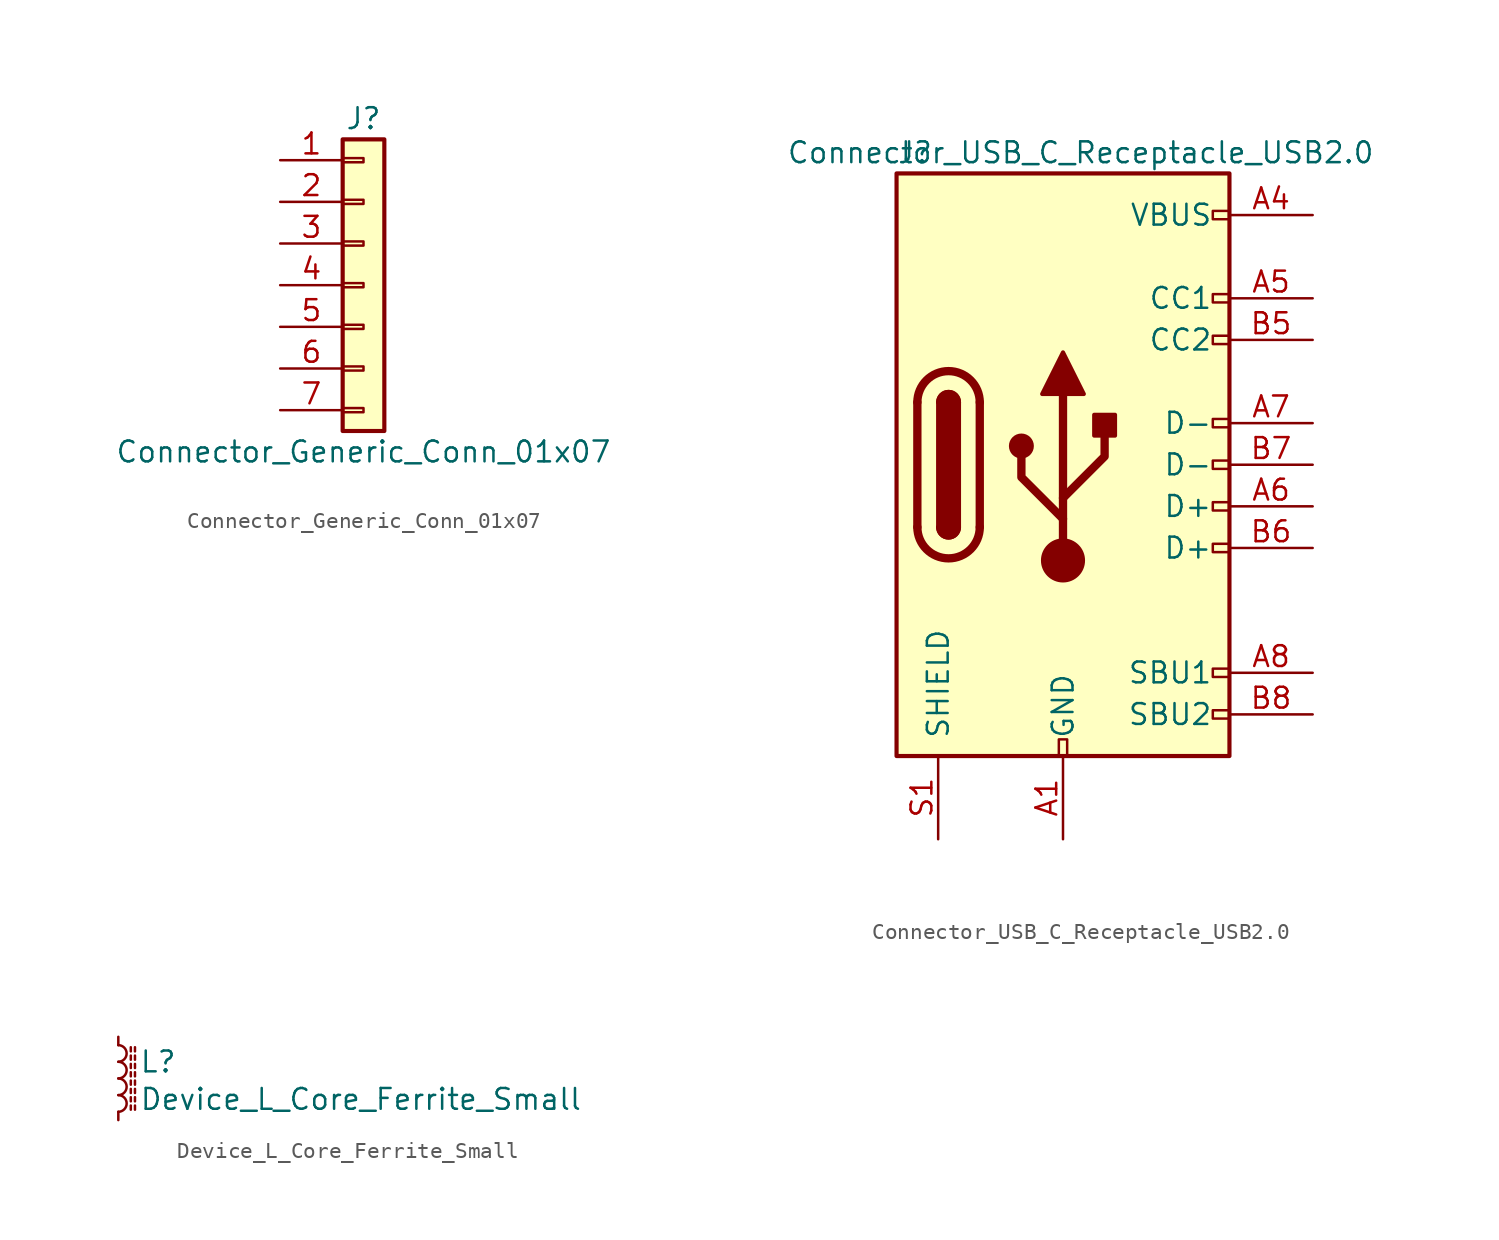
<source format=kicad_sym>
(kicad_symbol_lib
  (version 20211014)
  (generator kicad_symbol_editor)
  (symbol "Connector_Generic_Conn_01x07"
    (pin_names
      (offset 1.016) hide)
    (property "Reference" "J"
      (at 0 10.16 0)
      (effects (font (size 1.27 1.27))))
    (property "Value" "Connector_Generic_Conn_01x07"
      (at 0 -10.16 0)
      (effects (font (size 1.27 1.27))))
    (symbol "Connector_Generic_Conn_01x07_1_1"
      (rectangle (start -1.27 -7.493) (end 0 -7.747) (stroke (width 0.152) (type default) (color 0 0 0 0)) (fill (type none)))
      (rectangle (start -1.27 -4.953) (end 0 -5.207) (stroke (width 0.152) (type default) (color 0 0 0 0)) (fill (type none)))
      (rectangle (start -1.27 -2.413) (end 0 -2.667) (stroke (width 0.152) (type default) (color 0 0 0 0)) (fill (type none)))
      (rectangle (start -1.27 0.127) (end 0 -0.127) (stroke (width 0.152) (type default) (color 0 0 0 0)) (fill (type none)))
      (rectangle (start -1.27 2.667) (end 0 2.413) (stroke (width 0.152) (type default) (color 0 0 0 0)) (fill (type none)))
      (rectangle (start -1.27 5.207) (end 0 4.953) (stroke (width 0.152) (type default) (color 0 0 0 0)) (fill (type none)))
      (rectangle (start -1.27 7.747) (end 0 7.493) (stroke (width 0.152) (type default) (color 0 0 0 0)) (fill (type none)))
      (rectangle (start -1.27 8.89) (end 1.27 -8.89) (stroke (width 0.254) (type default) (color 0 0 0 0)) (fill (type background)))
      (pin passive line (at -5.08 7.62 0) (length 3.81) (name "Pin_1" (effects (font (size 1.27 1.27)))) (number "1" (effects (font (size 1.27 1.27)))))
      (pin passive line (at -5.08 5.08 0) (length 3.81) (name "Pin_2" (effects (font (size 1.27 1.27)))) (number "2" (effects (font (size 1.27 1.27)))))
      (pin passive line (at -5.08 2.54 0) (length 3.81) (name "Pin_3" (effects (font (size 1.27 1.27)))) (number "3" (effects (font (size 1.27 1.27)))))
      (pin passive line (at -5.08 0 0) (length 3.81) (name "Pin_4" (effects (font (size 1.27 1.27)))) (number "4" (effects (font (size 1.27 1.27)))))
      (pin passive line (at -5.08 -2.54 0) (length 3.81) (name "Pin_5" (effects (font (size 1.27 1.27)))) (number "5" (effects (font (size 1.27 1.27)))))
      (pin passive line (at -5.08 -5.08 0) (length 3.81) (name "Pin_6" (effects (font (size 1.27 1.27)))) (number "6" (effects (font (size 1.27 1.27)))))
      (pin passive line (at -5.08 -7.62 0) (length 3.81) (name "Pin_7" (effects (font (size 1.27 1.27)))) (number "7" (effects (font (size 1.27 1.27)))))))
  (symbol "Connector_USB_C_Receptacle_USB2.0"
    (pin_names
      (offset 1.016))
    (property "Reference" "J"
      (at -10.16 19.05 0)
      (effects (font (size 1.27 1.27)) (justify left)))
    (property "Value" "Connector_USB_C_Receptacle_USB2.0"
      (at 19.05 19.05 0)
      (effects (font (size 1.27 1.27)) (justify right)))
    (symbol "Connector_USB_C_Receptacle_USB2.0_0_0"
      (rectangle (start -0.254 -17.78) (end 0.254 -16.764) (stroke (width 0) (type default) (color 0 0 0 0)) (fill (type none)))
      (rectangle (start 10.16 -14.986) (end 9.144 -15.494) (stroke (width 0) (type default) (color 0 0 0 0)) (fill (type none)))
      (rectangle (start 10.16 -12.446) (end 9.144 -12.954) (stroke (width 0) (type default) (color 0 0 0 0)) (fill (type none)))
      (rectangle (start 10.16 -4.826) (end 9.144 -5.334) (stroke (width 0) (type default) (color 0 0 0 0)) (fill (type none)))
      (rectangle (start 10.16 -2.286) (end 9.144 -2.794) (stroke (width 0) (type default) (color 0 0 0 0)) (fill (type none)))
      (rectangle (start 10.16 0.254) (end 9.144 -0.254) (stroke (width 0) (type default) (color 0 0 0 0)) (fill (type none)))
      (rectangle (start 10.16 2.794) (end 9.144 2.286) (stroke (width 0) (type default) (color 0 0 0 0)) (fill (type none)))
      (rectangle (start 10.16 7.874) (end 9.144 7.366) (stroke (width 0) (type default) (color 0 0 0 0)) (fill (type none)))
      (rectangle (start 10.16 10.414) (end 9.144 9.906) (stroke (width 0) (type default) (color 0 0 0 0)) (fill (type none)))
      (rectangle (start 10.16 15.494) (end 9.144 14.986) (stroke (width 0) (type default) (color 0 0 0 0)) (fill (type none))))
    (symbol "Connector_USB_C_Receptacle_USB2.0_0_1"
      (rectangle (start -10.16 17.78) (end 10.16 -17.78) (stroke (width 0.254) (type default) (color 0 0 0 0)) (fill (type background)))
      (arc (start -8.89 -3.81) (mid -6.985 -5.715) (end -5.08 -3.81) (stroke (width 0.508) (type default) (color 0 0 0 0)) (fill (type none)))
      (arc (start -7.62 -3.81) (mid -6.985 -4.445) (end -6.35 -3.81) (stroke (width 0.254) (type default) (color 0 0 0 0)) (fill (type none)))
      (arc (start -7.62 -3.81) (mid -6.985 -4.445) (end -6.35 -3.81) (stroke (width 0.254) (type default) (color 0 0 0 0)) (fill (type outline)))
      (rectangle (start -7.62 -3.81) (end -6.35 3.81) (stroke (width 0.254) (type default) (color 0 0 0 0)) (fill (type outline)))
      (arc (start -6.35 3.81) (mid -6.985 4.445) (end -7.62 3.81) (stroke (width 0.254) (type default) (color 0 0 0 0)) (fill (type none)))
      (arc (start -6.35 3.81) (mid -6.985 4.445) (end -7.62 3.81) (stroke (width 0.254) (type default) (color 0 0 0 0)) (fill (type outline)))
      (arc (start -5.08 3.81) (mid -6.985 5.715) (end -8.89 3.81) (stroke (width 0.508) (type default) (color 0 0 0 0)) (fill (type none)))
      (circle (center -2.54 1.143) (radius 0.635) (stroke (width 0.254) (type default) (color 0 0 0 0)) (fill (type outline)))
      (circle (center 0 -5.842) (radius 1.27) (stroke (width 0) (type default) (color 0 0 0 0)) (fill (type outline)))
      (polyline (pts (xy -8.89 -3.81) (xy -8.89 3.81)) (stroke (width 0.508) (type default) (color 0 0 0 0)) (fill (type none)))
      (polyline (pts (xy -5.08 3.81) (xy -5.08 -3.81)) (stroke (width 0.508) (type default) (color 0 0 0 0)) (fill (type none)))
      (polyline (pts (xy 0 -5.842) (xy 0 4.318)) (stroke (width 0.508) (type default) (color 0 0 0 0)) (fill (type none)))
      (polyline (pts (xy 0 -3.302) (xy -2.54 -0.762) (xy -2.54 0.508)) (stroke (width 0.508) (type default) (color 0 0 0 0)) (fill (type none)))
      (polyline (pts (xy 0 -2.032) (xy 2.54 0.508) (xy 2.54 1.778)) (stroke (width 0.508) (type default) (color 0 0 0 0)) (fill (type none)))
      (polyline (pts (xy -1.27 4.318) (xy 0 6.858) (xy 1.27 4.318) (xy -1.27 4.318)) (stroke (width 0.254) (type default) (color 0 0 0 0)) (fill (type outline)))
      (rectangle (start 1.905 1.778) (end 3.175 3.048) (stroke (width 0.254) (type default) (color 0 0 0 0)) (fill (type outline))))
    (symbol "Connector_USB_C_Receptacle_USB2.0_1_1"
      (pin passive line (at 0 -22.86 90) (length 5.08) (name "GND" (effects (font (size 1.27 1.27)))) (number "A1" (effects (font (size 1.27 1.27)))))
      (pin passive line (at 0 -22.86 90) (length 5.08) hide (name "GND" (effects (font (size 1.27 1.27)))) (number "A12" (effects (font (size 1.27 1.27)))))
      (pin passive line (at 15.24 15.24 180) (length 5.08) (name "VBUS" (effects (font (size 1.27 1.27)))) (number "A4" (effects (font (size 1.27 1.27)))))
      (pin bidirectional line (at 15.24 10.16 180) (length 5.08) (name "CC1" (effects (font (size 1.27 1.27)))) (number "A5" (effects (font (size 1.27 1.27)))))
      (pin bidirectional line (at 15.24 -2.54 180) (length 5.08) (name "D+" (effects (font (size 1.27 1.27)))) (number "A6" (effects (font (size 1.27 1.27)))))
      (pin bidirectional line (at 15.24 2.54 180) (length 5.08) (name "D-" (effects (font (size 1.27 1.27)))) (number "A7" (effects (font (size 1.27 1.27)))))
      (pin bidirectional line (at 15.24 -12.7 180) (length 5.08) (name "SBU1" (effects (font (size 1.27 1.27)))) (number "A8" (effects (font (size 1.27 1.27)))))
      (pin passive line (at 15.24 15.24 180) (length 5.08) hide (name "VBUS" (effects (font (size 1.27 1.27)))) (number "A9" (effects (font (size 1.27 1.27)))))
      (pin passive line (at 0 -22.86 90) (length 5.08) hide (name "GND" (effects (font (size 1.27 1.27)))) (number "B1" (effects (font (size 1.27 1.27)))))
      (pin passive line (at 0 -22.86 90) (length 5.08) hide (name "GND" (effects (font (size 1.27 1.27)))) (number "B12" (effects (font (size 1.27 1.27)))))
      (pin passive line (at 15.24 15.24 180) (length 5.08) hide (name "VBUS" (effects (font (size 1.27 1.27)))) (number "B4" (effects (font (size 1.27 1.27)))))
      (pin bidirectional line (at 15.24 7.62 180) (length 5.08) (name "CC2" (effects (font (size 1.27 1.27)))) (number "B5" (effects (font (size 1.27 1.27)))))
      (pin bidirectional line (at 15.24 -5.08 180) (length 5.08) (name "D+" (effects (font (size 1.27 1.27)))) (number "B6" (effects (font (size 1.27 1.27)))))
      (pin bidirectional line (at 15.24 0 180) (length 5.08) (name "D-" (effects (font (size 1.27 1.27)))) (number "B7" (effects (font (size 1.27 1.27)))))
      (pin bidirectional line (at 15.24 -15.24 180) (length 5.08) (name "SBU2" (effects (font (size 1.27 1.27)))) (number "B8" (effects (font (size 1.27 1.27)))))
      (pin passive line (at 15.24 15.24 180) (length 5.08) hide (name "VBUS" (effects (font (size 1.27 1.27)))) (number "B9" (effects (font (size 1.27 1.27)))))
      (pin passive line (at -7.62 -22.86 90) (length 5.08) (name "SHIELD" (effects (font (size 1.27 1.27)))) (number "S1" (effects (font (size 1.27 1.27)))))))
  (symbol "Device_L_Core_Ferrite_Small"
    (pin_numbers hide)
    (pin_names
      (offset 0.254) hide)
    (property "Reference" "L"
      (at 1.27 1.016 0)
      (effects (font (size 1.27 1.27)) (justify left)))
    (property "Value" "Device_L_Core_Ferrite_Small"
      (at 1.27 -1.27 0)
      (effects (font (size 1.27 1.27)) (justify left)))
    (symbol "Device_L_Core_Ferrite_Small_0_1"
      (arc (start 0 -2.032) (mid 0.508 -1.524) (end 0 -1.016) (stroke (width 0) (type default) (color 0 0 0 0)) (fill (type none)))
      (arc (start 0 -1.016) (mid 0.508 -0.508) (end 0 0) (stroke (width 0) (type default) (color 0 0 0 0)) (fill (type none)))
      (polyline (pts (xy 0.762 -1.905) (xy 0.762 -1.651)) (stroke (width 0) (type default) (color 0 0 0 0)) (fill (type none)))
      (polyline (pts (xy 0.762 -1.397) (xy 0.762 -1.143)) (stroke (width 0) (type default) (color 0 0 0 0)) (fill (type none)))
      (polyline (pts (xy 0.762 -0.889) (xy 0.762 -0.635)) (stroke (width 0) (type default) (color 0 0 0 0)) (fill (type none)))
      (polyline (pts (xy 0.762 -0.381) (xy 0.762 -0.127)) (stroke (width 0) (type default) (color 0 0 0 0)) (fill (type none)))
      (polyline (pts (xy 0.762 0.127) (xy 0.762 0.381)) (stroke (width 0) (type default) (color 0 0 0 0)) (fill (type none)))
      (polyline (pts (xy 0.762 0.635) (xy 0.762 0.889)) (stroke (width 0) (type default) (color 0 0 0 0)) (fill (type none)))
      (polyline (pts (xy 0.762 1.143) (xy 0.762 1.397)) (stroke (width 0) (type default) (color 0 0 0 0)) (fill (type none)))
      (polyline (pts (xy 0.762 1.651) (xy 0.762 1.905)) (stroke (width 0) (type default) (color 0 0 0 0)) (fill (type none)))
      (polyline (pts (xy 1.016 -1.651) (xy 1.016 -1.905)) (stroke (width 0) (type default) (color 0 0 0 0)) (fill (type none)))
      (polyline (pts (xy 1.016 -1.143) (xy 1.016 -1.397)) (stroke (width 0) (type default) (color 0 0 0 0)) (fill (type none)))
      (polyline (pts (xy 1.016 -0.635) (xy 1.016 -0.889)) (stroke (width 0) (type default) (color 0 0 0 0)) (fill (type none)))
      (polyline (pts (xy 1.016 -0.127) (xy 1.016 -0.381)) (stroke (width 0) (type default) (color 0 0 0 0)) (fill (type none)))
      (polyline (pts (xy 1.016 0.381) (xy 1.016 0.127)) (stroke (width 0) (type default) (color 0 0 0 0)) (fill (type none)))
      (polyline (pts (xy 1.016 0.889) (xy 1.016 0.635)) (stroke (width 0) (type default) (color 0 0 0 0)) (fill (type none)))
      (polyline (pts (xy 1.016 1.397) (xy 1.016 1.143)) (stroke (width 0) (type default) (color 0 0 0 0)) (fill (type none)))
      (polyline (pts (xy 1.016 1.905) (xy 1.016 1.651)) (stroke (width 0) (type default) (color 0 0 0 0)) (fill (type none)))
      (arc (start 0 0) (mid 0.508 0.508) (end 0 1.016) (stroke (width 0) (type default) (color 0 0 0 0)) (fill (type none)))
      (arc (start 0 1.016) (mid 0.508 1.524) (end 0 2.032) (stroke (width 0) (type default) (color 0 0 0 0)) (fill (type none))))
    (symbol "Device_L_Core_Ferrite_Small_1_1"
      (pin passive line (at 0 2.54 270) (length 0.508) (name "~" (effects (font (size 1.27 1.27)))) (number "1" (effects (font (size 1.27 1.27)))))
      (pin passive line (at 0 -2.54 90) (length 0.508) (name "~" (effects (font (size 1.27 1.27)))) (number "2" (effects (font (size 1.27 1.27))))))))
</source>
